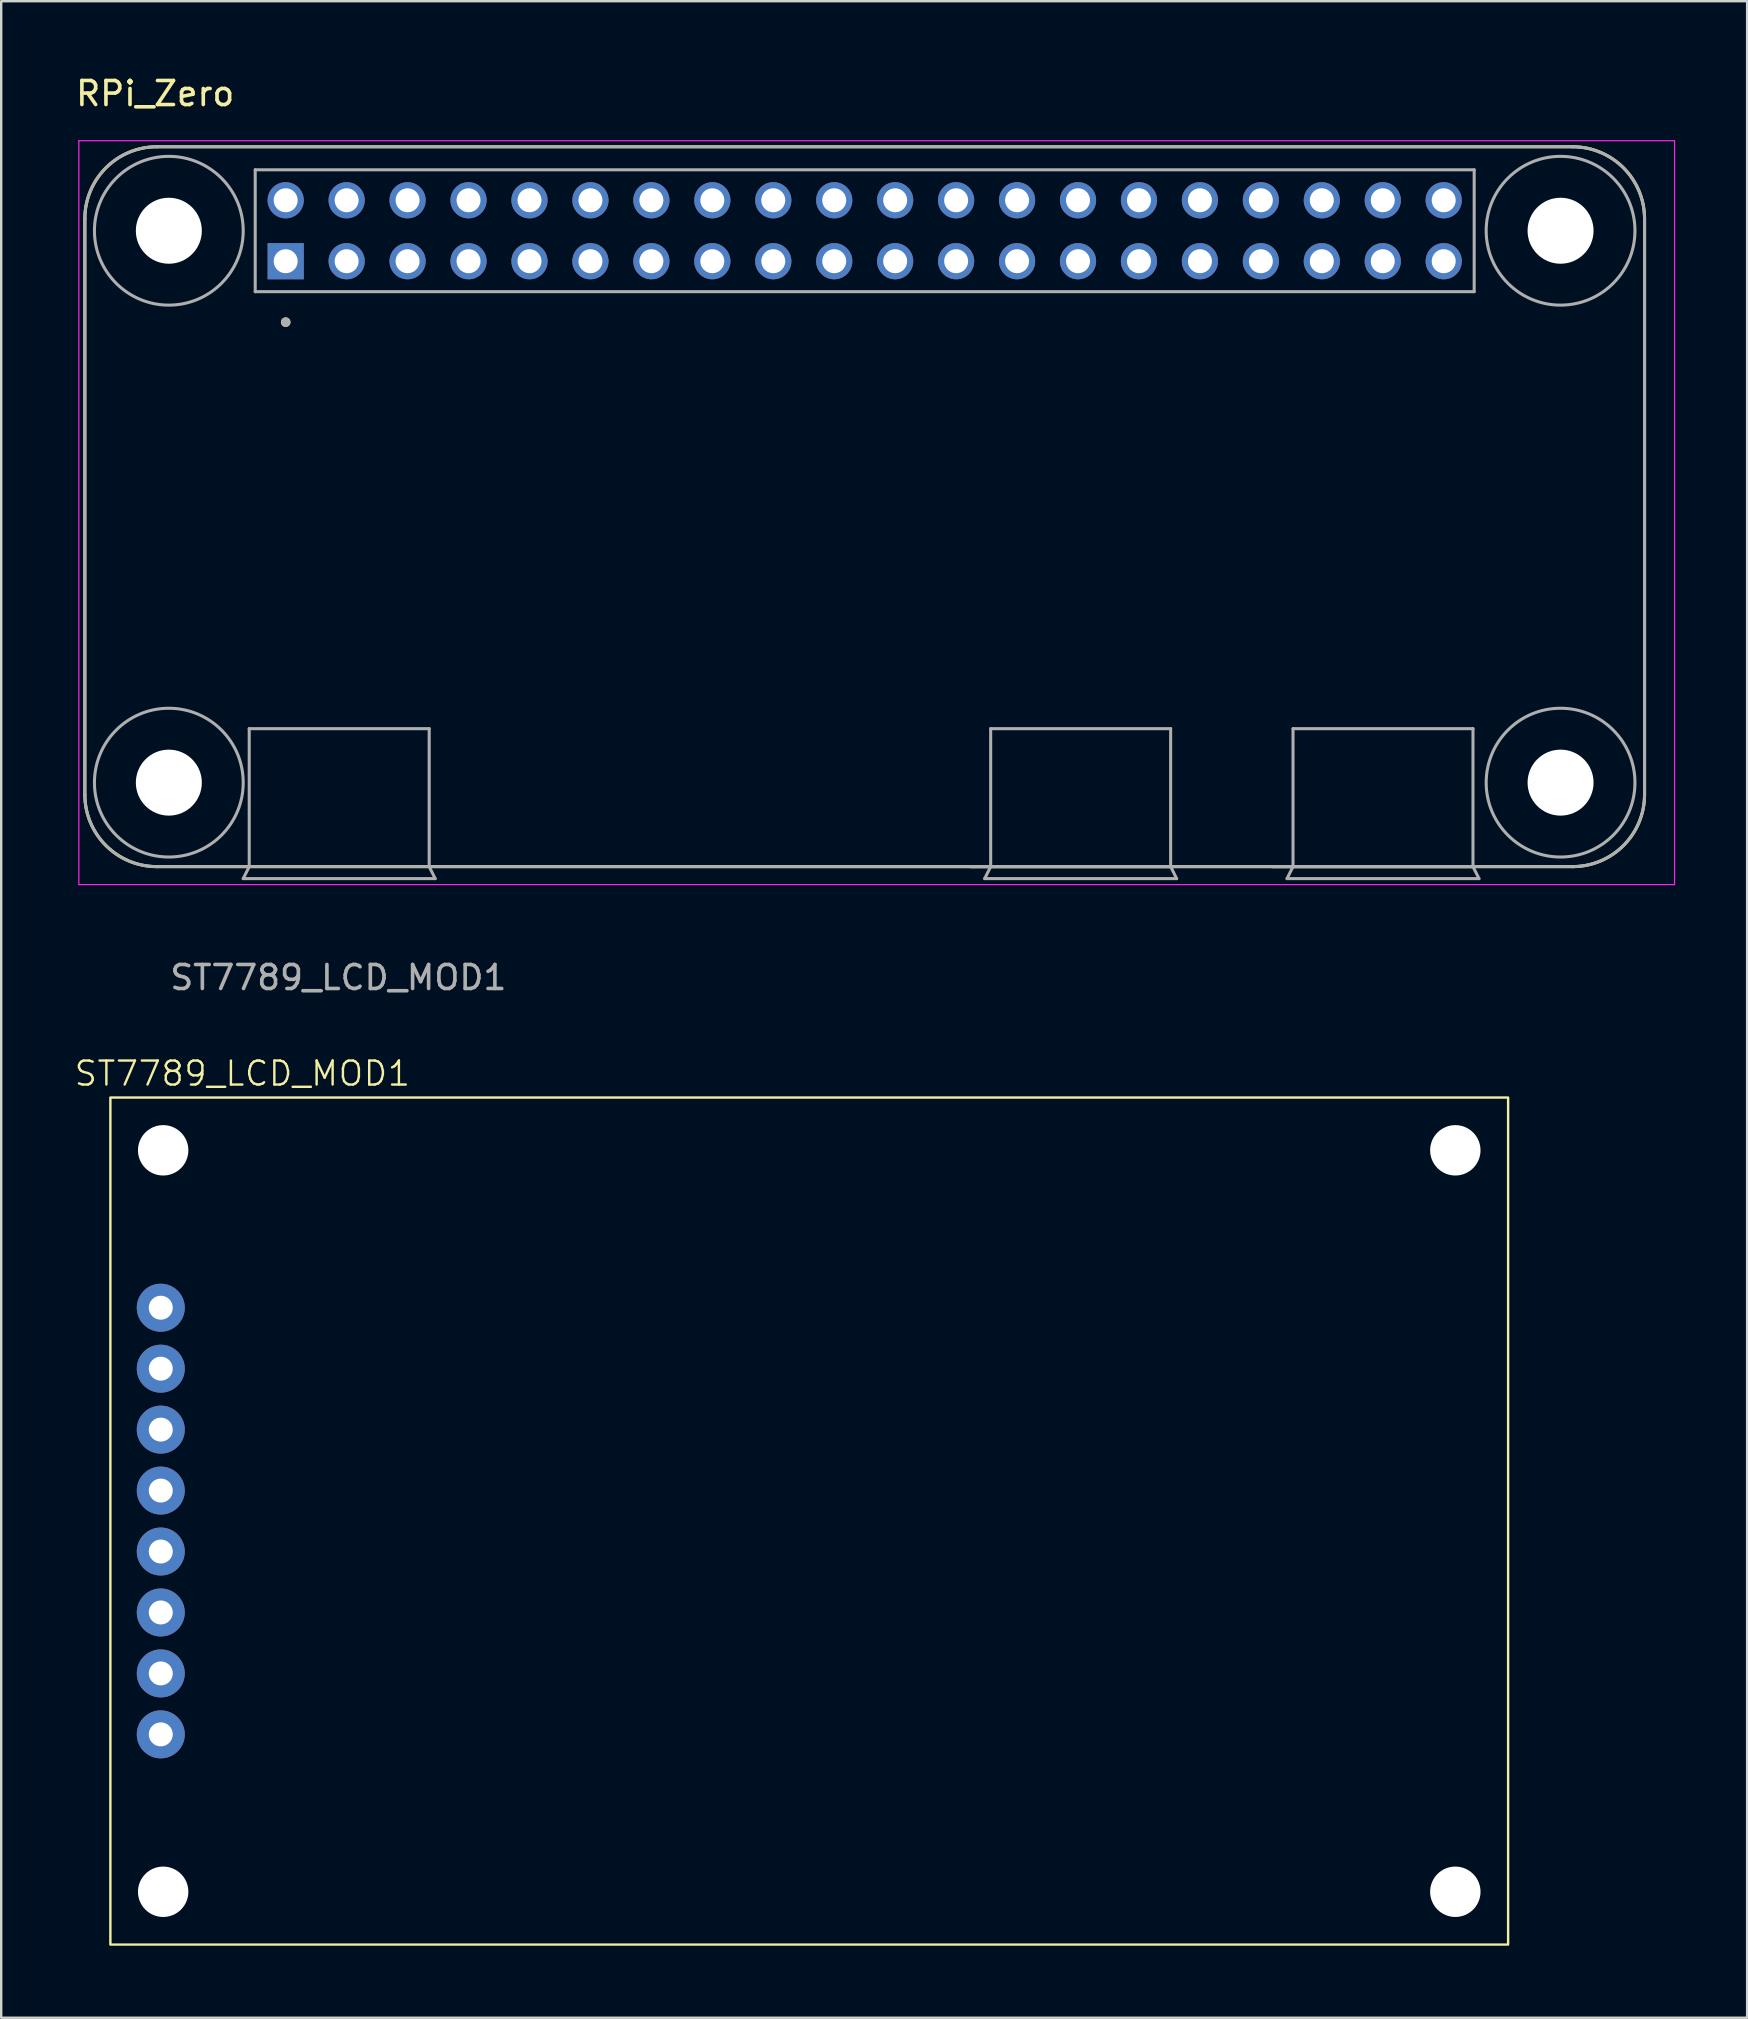
<source format=kicad_pcb>
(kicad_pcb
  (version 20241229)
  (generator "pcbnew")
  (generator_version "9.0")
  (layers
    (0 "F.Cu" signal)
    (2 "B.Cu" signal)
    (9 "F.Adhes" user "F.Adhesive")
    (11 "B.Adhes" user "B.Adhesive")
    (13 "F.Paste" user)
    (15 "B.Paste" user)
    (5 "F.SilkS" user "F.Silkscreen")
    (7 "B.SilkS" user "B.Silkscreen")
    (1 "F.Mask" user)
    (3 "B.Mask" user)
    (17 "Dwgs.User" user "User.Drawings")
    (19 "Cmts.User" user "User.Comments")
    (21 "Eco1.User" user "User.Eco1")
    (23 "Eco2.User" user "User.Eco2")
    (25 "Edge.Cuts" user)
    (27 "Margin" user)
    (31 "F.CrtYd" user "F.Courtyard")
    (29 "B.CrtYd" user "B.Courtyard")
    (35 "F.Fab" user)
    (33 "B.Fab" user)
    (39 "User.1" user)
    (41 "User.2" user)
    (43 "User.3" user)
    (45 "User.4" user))
  (footprint "RPi_Zero"
    (layer "F.Cu")
    (at 32.986 18.066)
    (property "Reference" "RPi_Zero" (at -29.569 -17.216 0) (layer "F.SilkS") (effects (font (size 1.002 1.002) (thickness 0.15))))
    (attr through_hole)
    (fp_line (start -32.5 -12) (end -32.5 12) (stroke (width 0.127) (type solid)) (layer "F.SilkS"))
    (fp_line (start -29.5 15) (end 29.5 15) (stroke (width 0.127) (type solid)) (layer "F.SilkS"))
    (fp_line (start 4.4 15) (end 12.75 15) (stroke (width 0.127) (type solid)) (layer "F.SilkS"))
    (fp_line (start 17 15) (end 25.35 15) (stroke (width 0.127) (type solid)) (layer "F.SilkS"))
    (fp_line (start 29.5 -15) (end -29.5 -15) (stroke (width 0.127) (type solid)) (layer "F.SilkS"))
    (fp_line (start 32.5 12) (end 32.5 -12) (stroke (width 0.127) (type solid)) (layer "F.SilkS"))
    (fp_arc (start -32.5 -12) (mid -31.62132 -14.12132) (end -29.5 -15) (stroke (width 0.127) (type solid)) (layer "F.SilkS"))
    (fp_arc (start -29.5 15) (mid -31.62132 14.12132) (end -32.5 12) (stroke (width 0.127) (type solid)) (layer "F.SilkS"))
    (fp_arc (start 29.5 -15) (mid 31.62132 -14.12132) (end 32.5 -12) (stroke (width 0.127) (type solid)) (layer "F.SilkS"))
    (fp_arc (start 32.5 12) (mid 31.62132 14.12132) (end 29.5 15) (stroke (width 0.127) (type solid)) (layer "F.SilkS"))
    (fp_circle (center -24.13 -7.69) (end -24.03 -7.69) (stroke (width 0.2) (type solid)) (fill no) (layer "F.SilkS"))
    (fp_line (start -32.75 -15.25) (end 33.75 -15.25) (stroke (width 0.05) (type solid)) (layer "F.CrtYd"))
    (fp_line (start -32.75 15.75) (end -32.75 -15.25) (stroke (width 0.05) (type solid)) (layer "F.CrtYd"))
    (fp_line (start 33.75 -15.25) (end 33.75 15.75) (stroke (width 0.05) (type solid)) (layer "F.CrtYd"))
    (fp_line (start 33.75 15.75) (end -32.75 15.75) (stroke (width 0.05) (type solid)) (layer "F.CrtYd"))
    (fp_line (start -32.5 -12) (end -32.5 12) (stroke (width 0.127) (type solid)) (layer "F.Fab"))
    (fp_line (start -29.5 15) (end -25.65 15) (stroke (width 0.127) (type solid)) (layer "F.Fab"))
    (fp_line (start -25.9 15.5) (end -17.9 15.5) (stroke (width 0.127) (type solid)) (layer "F.Fab"))
    (fp_line (start -25.65 9.25) (end -18.15 9.25) (stroke (width 0.127) (type solid)) (layer "F.Fab"))
    (fp_line (start -25.65 15) (end -25.9 15.5) (stroke (width 0.127) (type solid)) (layer "F.Fab"))
    (fp_line (start -25.65 15) (end -25.65 9.25) (stroke (width 0.127) (type solid)) (layer "F.Fab"))
    (fp_line (start -25.65 15) (end -18.15 15) (stroke (width 0.127) (type solid)) (layer "F.Fab"))
    (fp_line (start -25.4 -14.04) (end -25.4 -8.96) (stroke (width 0.127) (type solid)) (layer "F.Fab"))
    (fp_line (start -25.4 -8.96) (end 25.4 -8.96) (stroke (width 0.127) (type solid)) (layer "F.Fab"))
    (fp_line (start -18.15 9.25) (end -18.15 15) (stroke (width 0.127) (type solid)) (layer "F.Fab"))
    (fp_line (start -18.15 15) (end 29.5 15) (stroke (width 0.127) (type solid)) (layer "F.Fab"))
    (fp_line (start -17.9 15.5) (end -18.15 15) (stroke (width 0.127) (type solid)) (layer "F.Fab"))
    (fp_line (start 4.4 15) (end 5.25 15) (stroke (width 0.127) (type solid)) (layer "F.Fab"))
    (fp_line (start 5 15.5) (end 13 15.5) (stroke (width 0.127) (type solid)) (layer "F.Fab"))
    (fp_line (start 5.25 9.25) (end 12.75 9.25) (stroke (width 0.127) (type solid)) (layer "F.Fab"))
    (fp_line (start 5.25 15) (end 5 15.5) (stroke (width 0.127) (type solid)) (layer "F.Fab"))
    (fp_line (start 5.25 15) (end 5.25 9.25) (stroke (width 0.127) (type solid)) (layer "F.Fab"))
    (fp_line (start 5.25 15) (end 12.75 15) (stroke (width 0.127) (type solid)) (layer "F.Fab"))
    (fp_line (start 12.75 9.25) (end 12.75 15) (stroke (width 0.127) (type solid)) (layer "F.Fab"))
    (fp_line (start 13 15.5) (end 12.75 15) (stroke (width 0.127) (type solid)) (layer "F.Fab"))
    (fp_line (start 17 15) (end 17.85 15) (stroke (width 0.127) (type solid)) (layer "F.Fab"))
    (fp_line (start 17.6 15.5) (end 25.6 15.5) (stroke (width 0.127) (type solid)) (layer "F.Fab"))
    (fp_line (start 17.85 9.25) (end 25.35 9.25) (stroke (width 0.127) (type solid)) (layer "F.Fab"))
    (fp_line (start 17.85 15) (end 17.6 15.5) (stroke (width 0.127) (type solid)) (layer "F.Fab"))
    (fp_line (start 17.85 15) (end 17.85 9.25) (stroke (width 0.127) (type solid)) (layer "F.Fab"))
    (fp_line (start 17.85 15) (end 25.35 15) (stroke (width 0.127) (type solid)) (layer "F.Fab"))
    (fp_line (start 25.35 9.25) (end 25.35 15) (stroke (width 0.127) (type solid)) (layer "F.Fab"))
    (fp_line (start 25.4 -14.04) (end -25.4 -14.04) (stroke (width 0.127) (type solid)) (layer "F.Fab"))
    (fp_line (start 25.4 -8.96) (end 25.4 -14.04) (stroke (width 0.127) (type solid)) (layer "F.Fab"))
    (fp_line (start 25.6 15.5) (end 25.35 15) (stroke (width 0.127) (type solid)) (layer "F.Fab"))
    (fp_line (start 29.5 -15) (end -29.5 -15) (stroke (width 0.127) (type solid)) (layer "F.Fab"))
    (fp_line (start 32.5 12) (end 32.5 -12) (stroke (width 0.127) (type solid)) (layer "F.Fab"))
    (fp_arc (start -32.5 -12) (mid -31.62132 -14.12132) (end -29.5 -15) (stroke (width 0.127) (type solid)) (layer "F.Fab"))
    (fp_arc (start -29.5 15) (mid -31.62132 14.12132) (end -32.5 12) (stroke (width 0.127) (type solid)) (layer "F.Fab"))
    (fp_arc (start 29.5 -15) (mid 31.62132 -14.12132) (end 32.5 -12) (stroke (width 0.127) (type solid)) (layer "F.Fab"))
    (fp_arc (start 32.5 12) (mid 31.62132 14.12132) (end 29.5 15) (stroke (width 0.127) (type solid)) (layer "F.Fab"))
    (fp_circle (center -29 -11.5) (end -25.9 -11.5) (stroke (width 0.127) (type solid)) (fill no) (layer "F.Fab"))
    (fp_circle (center -29 11.5) (end -25.9 11.5) (stroke (width 0.127) (type solid)) (fill no) (layer "F.Fab"))
    (fp_circle (center -24.13 -7.69) (end -24.03 -7.69) (stroke (width 0.2) (type solid)) (fill no) (layer "F.Fab"))
    (fp_circle (center 29 -11.5) (end 32.1 -11.5) (stroke (width 0.127) (type solid)) (fill no) (layer "F.Fab"))
    (fp_circle (center 29 11.5) (end 32.1 11.5) (stroke (width 0.127) (type solid)) (fill no) (layer "F.Fab"))
    (pad "" np_thru_hole circle (at -29 -11.5) (size 2.75 2.75) (drill 2.75) (layers "*.Cu" "*.Mask"))
    (pad "" np_thru_hole circle (at -29 11.5) (size 2.75 2.75) (drill 2.75) (layers "*.Cu" "*.Mask"))
    (pad "" np_thru_hole circle (at 29 -11.5) (size 2.75 2.75) (drill 2.75) (layers "*.Cu" "*.Mask"))
    (pad "" np_thru_hole circle (at 29 11.5) (size 2.75 2.75) (drill 2.75) (layers "*.Cu" "*.Mask"))
    (pad "1" thru_hole rect (at -24.13 -10.23) (size 1.508 1.508) (drill 1) (layers "*.Cu" "*.Mask"))
    (pad "2" thru_hole circle (at -24.13 -12.77) (size 1.508 1.508) (drill 1) (layers "*.Cu" "*.Mask"))
    (pad "3" thru_hole circle (at -21.59 -10.23) (size 1.508 1.508) (drill 1) (layers "*.Cu" "*.Mask"))
    (pad "4" thru_hole circle (at -21.59 -12.77) (size 1.508 1.508) (drill 1) (layers "*.Cu" "*.Mask"))
    (pad "5" thru_hole circle (at -19.05 -10.23) (size 1.508 1.508) (drill 1) (layers "*.Cu" "*.Mask"))
    (pad "6" thru_hole circle (at -19.05 -12.77) (size 1.508 1.508) (drill 1) (layers "*.Cu" "*.Mask"))
    (pad "7" thru_hole circle (at -16.51 -10.23) (size 1.508 1.508) (drill 1) (layers "*.Cu" "*.Mask"))
    (pad "8" thru_hole circle (at -16.51 -12.77) (size 1.508 1.508) (drill 1) (layers "*.Cu" "*.Mask"))
    (pad "9" thru_hole circle (at -13.97 -10.23) (size 1.508 1.508) (drill 1) (layers "*.Cu" "*.Mask"))
    (pad "10" thru_hole circle (at -13.97 -12.77) (size 1.508 1.508) (drill 1) (layers "*.Cu" "*.Mask"))
    (pad "11" thru_hole circle (at -11.43 -10.23) (size 1.508 1.508) (drill 1) (layers "*.Cu" "*.Mask"))
    (pad "12" thru_hole circle (at -11.43 -12.77) (size 1.508 1.508) (drill 1) (layers "*.Cu" "*.Mask"))
    (pad "13" thru_hole circle (at -8.89 -10.23) (size 1.508 1.508) (drill 1) (layers "*.Cu" "*.Mask"))
    (pad "14" thru_hole circle (at -8.89 -12.77) (size 1.508 1.508) (drill 1) (layers "*.Cu" "*.Mask"))
    (pad "15" thru_hole circle (at -6.35 -10.23) (size 1.508 1.508) (drill 1) (layers "*.Cu" "*.Mask"))
    (pad "16" thru_hole circle (at -6.35 -12.77) (size 1.508 1.508) (drill 1) (layers "*.Cu" "*.Mask"))
    (pad "17" thru_hole circle (at -3.81 -10.23) (size 1.508 1.508) (drill 1) (layers "*.Cu" "*.Mask"))
    (pad "18" thru_hole circle (at -3.81 -12.77) (size 1.508 1.508) (drill 1) (layers "*.Cu" "*.Mask"))
    (pad "19" thru_hole circle (at -1.27 -10.23) (size 1.508 1.508) (drill 1) (layers "*.Cu" "*.Mask"))
    (pad "20" thru_hole circle (at -1.27 -12.77) (size 1.508 1.508) (drill 1) (layers "*.Cu" "*.Mask"))
    (pad "21" thru_hole circle (at 1.27 -10.23) (size 1.508 1.508) (drill 1) (layers "*.Cu" "*.Mask"))
    (pad "22" thru_hole circle (at 1.27 -12.77) (size 1.508 1.508) (drill 1) (layers "*.Cu" "*.Mask"))
    (pad "23" thru_hole circle (at 3.81 -10.23) (size 1.508 1.508) (drill 1) (layers "*.Cu" "*.Mask"))
    (pad "24" thru_hole circle (at 3.81 -12.77) (size 1.508 1.508) (drill 1) (layers "*.Cu" "*.Mask"))
    (pad "25" thru_hole circle (at 6.35 -10.23) (size 1.508 1.508) (drill 1) (layers "*.Cu" "*.Mask"))
    (pad "26" thru_hole circle (at 6.35 -12.77) (size 1.508 1.508) (drill 1) (layers "*.Cu" "*.Mask"))
    (pad "27" thru_hole circle (at 8.89 -10.23) (size 1.508 1.508) (drill 1) (layers "*.Cu" "*.Mask"))
    (pad "28" thru_hole circle (at 8.89 -12.77) (size 1.508 1.508) (drill 1) (layers "*.Cu" "*.Mask"))
    (pad "29" thru_hole circle (at 11.43 -10.23) (size 1.508 1.508) (drill 1) (layers "*.Cu" "*.Mask"))
    (pad "30" thru_hole circle (at 11.43 -12.77) (size 1.508 1.508) (drill 1) (layers "*.Cu" "*.Mask"))
    (pad "31" thru_hole circle (at 13.97 -10.23) (size 1.508 1.508) (drill 1) (layers "*.Cu" "*.Mask"))
    (pad "32" thru_hole circle (at 13.97 -12.77) (size 1.508 1.508) (drill 1) (layers "*.Cu" "*.Mask"))
    (pad "33" thru_hole circle (at 16.51 -10.23) (size 1.508 1.508) (drill 1) (layers "*.Cu" "*.Mask"))
    (pad "34" thru_hole circle (at 16.51 -12.77) (size 1.508 1.508) (drill 1) (layers "*.Cu" "*.Mask"))
    (pad "35" thru_hole circle (at 19.05 -10.23) (size 1.508 1.508) (drill 1) (layers "*.Cu" "*.Mask"))
    (pad "36" thru_hole circle (at 19.05 -12.77) (size 1.508 1.508) (drill 1) (layers "*.Cu" "*.Mask"))
    (pad "37" thru_hole circle (at 21.59 -10.23) (size 1.508 1.508) (drill 1) (layers "*.Cu" "*.Mask"))
    (pad "38" thru_hole circle (at 21.59 -12.77) (size 1.508 1.508) (drill 1) (layers "*.Cu" "*.Mask"))
    (pad "39" thru_hole circle (at 24.13 -10.23) (size 1.508 1.508) (drill 1) (layers "*.Cu" "*.Mask"))
    (pad "40" thru_hole circle (at 24.13 -12.77) (size 1.508 1.508) (drill 1) (layers "*.Cu" "*.Mask")))
  (footprint "ST7789_LCD_MOD1"
    (layer "F.Cu")
    (at 1.55 42.689)
    (property "Reference" "ST7789_LCD_MOD1" (at 5.5 -1 0) (unlocked yes) (layer "F.SilkS") (effects (font (size 1 1) (thickness 0.1))))
    (attr smd)
    (fp_rect (start 0 0) (end 58.25 35.3) (stroke (width 0.1) (type solid)) (fill no) (layer "F.SilkS"))
    (fp_text user "${REFERENCE}" (at 9.5 -5 0) (unlocked yes) (layer "F.Fab") (effects (font (size 1 1) (thickness 0.15))))
    (pad "" np_thru_hole circle (at 2.2 2.2) (size 2.1 2.1) (drill 2.1) (layers "*.Cu" "*.Mask"))
    (pad "" np_thru_hole circle (at 2.2 33.1) (size 2.1 2.1) (drill 2.1) (layers "*.Cu" "*.Mask"))
    (pad "" np_thru_hole circle (at 56.05 2.2) (size 2.1 2.1) (drill 2.1) (layers "*.Cu" "*.Mask"))
    (pad "" np_thru_hole circle (at 56.05 33.1) (size 2.1 2.1) (drill 2.1) (layers "*.Cu" "*.Mask"))
    (pad "1" thru_hole circle (at 2.1 26.54) (size 2 2) (drill 1) (layers "*.Cu" "*.Mask"))
    (pad "2" thru_hole circle (at 2.1 24) (size 2 2) (drill 1) (layers "*.Cu" "*.Mask"))
    (pad "3" thru_hole circle (at 2.1 21.46) (size 2 2) (drill 1) (layers "*.Cu" "*.Mask"))
    (pad "4" thru_hole circle (at 2.1 18.92) (size 2 2) (drill 1) (layers "*.Cu" "*.Mask"))
    (pad "5" thru_hole circle (at 2.1 16.38) (size 2 2) (drill 1) (layers "*.Cu" "*.Mask"))
    (pad "6" thru_hole circle (at 2.1 13.84) (size 2 2) (drill 1) (layers "*.Cu" "*.Mask"))
    (pad "7" thru_hole circle (at 2.1 11.3) (size 2 2) (drill 1) (layers "*.Cu" "*.Mask"))
    (pad "8" thru_hole circle (at 2.1 8.76) (size 2 2) (drill 1) (layers "*.Cu" "*.Mask")))
  (gr_rect
    (start -3 -3)
    (end 69.761 81.039)
    (stroke (width 0.1) (type default))
    (fill no)
    (layer "Edge.Cuts")))
</source>
